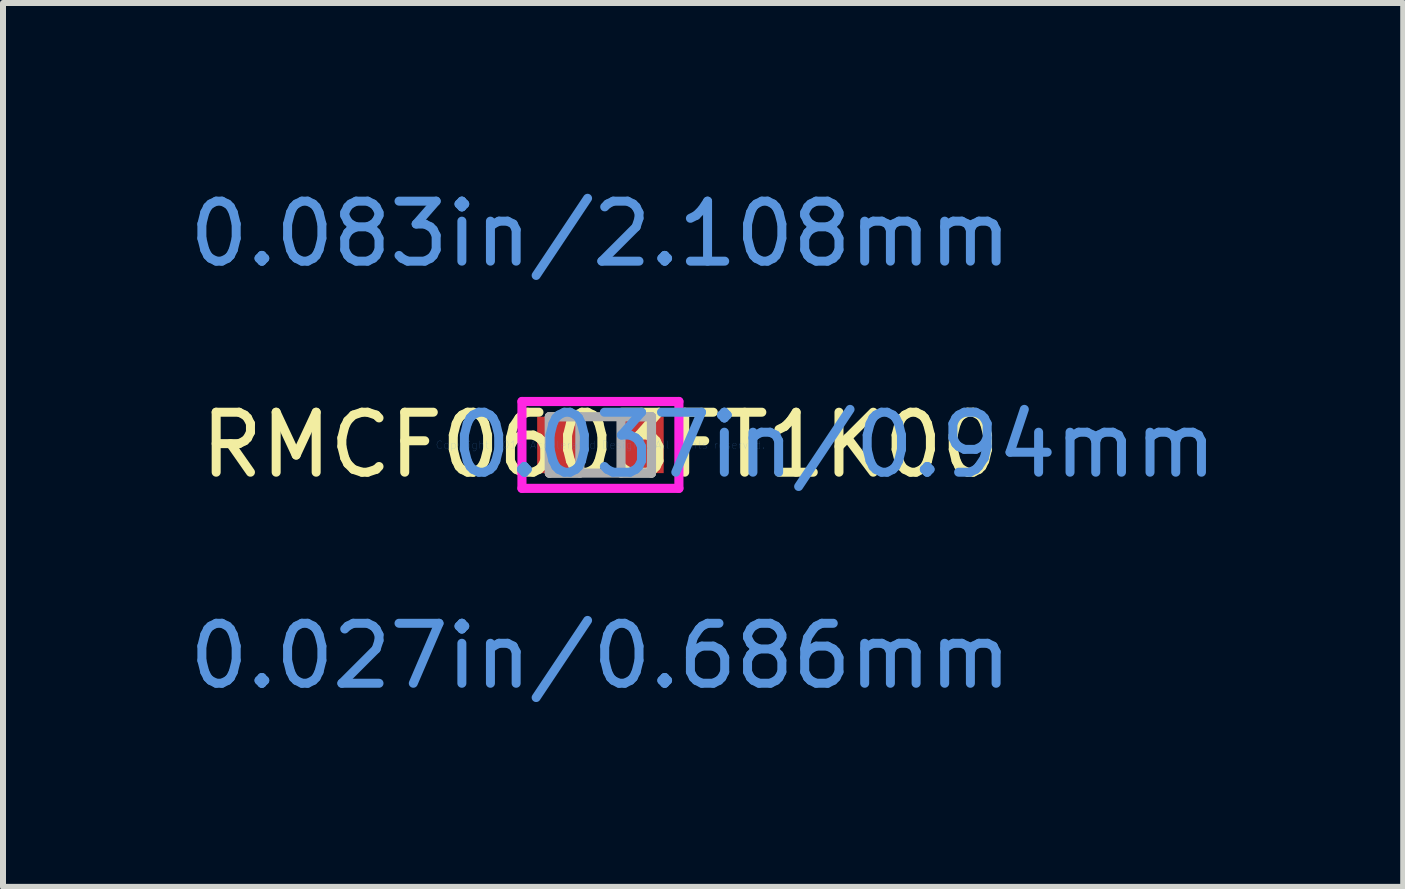
<source format=kicad_pcb>
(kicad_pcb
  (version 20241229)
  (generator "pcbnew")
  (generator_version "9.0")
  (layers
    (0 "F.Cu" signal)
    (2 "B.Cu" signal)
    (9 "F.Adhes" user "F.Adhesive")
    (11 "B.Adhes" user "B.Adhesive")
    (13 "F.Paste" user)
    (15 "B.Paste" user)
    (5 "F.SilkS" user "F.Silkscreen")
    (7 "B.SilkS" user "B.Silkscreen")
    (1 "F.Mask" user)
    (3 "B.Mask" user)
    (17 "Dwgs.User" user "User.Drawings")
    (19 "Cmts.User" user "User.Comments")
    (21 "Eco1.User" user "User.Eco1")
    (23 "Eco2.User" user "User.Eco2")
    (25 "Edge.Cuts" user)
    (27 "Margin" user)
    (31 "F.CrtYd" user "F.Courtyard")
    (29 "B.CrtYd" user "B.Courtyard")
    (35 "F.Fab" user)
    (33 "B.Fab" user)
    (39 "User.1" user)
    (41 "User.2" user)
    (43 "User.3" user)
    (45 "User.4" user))
  (footprint "RMCF0603FT1K00"
    (layer "F.Cu")
    (at 6.958 4.366)
    (property "Reference" "RMCF0603FT1K00" (at 0 0 0) (layer "F.SilkS") (effects (font (size 1 1) (thickness 0.15))))
    (attr through_hole)
    (fp_line (start -1.308 -0.724) (end 1.308 -0.724) (stroke (width 0.152) (type solid)) (layer "F.CrtYd"))
    (fp_line (start -1.308 0.724) (end -1.308 -0.724) (stroke (width 0.152) (type solid)) (layer "F.CrtYd"))
    (fp_line (start 1.308 -0.724) (end 1.308 0.724) (stroke (width 0.152) (type solid)) (layer "F.CrtYd"))
    (fp_line (start 1.308 0.724) (end -1.308 0.724) (stroke (width 0.152) (type solid)) (layer "F.CrtYd"))
    (fp_line (start -0.851 -0.47) (end -0.851 0.47) (stroke (width 0.152) (type solid)) (layer "F.Fab"))
    (fp_line (start -0.851 -0.47) (end -0.851 0.47) (stroke (width 0.152) (type solid)) (layer "F.Fab"))
    (fp_line (start -0.851 0.47) (end -0.343 0.47) (stroke (width 0.152) (type solid)) (layer "F.Fab"))
    (fp_line (start -0.851 0.47) (end 0.851 0.47) (stroke (width 0.152) (type solid)) (layer "F.Fab"))
    (fp_line (start -0.343 -0.47) (end -0.851 -0.47) (stroke (width 0.152) (type solid)) (layer "F.Fab"))
    (fp_line (start -0.343 0.47) (end -0.343 -0.47) (stroke (width 0.152) (type solid)) (layer "F.Fab"))
    (fp_line (start 0.343 -0.47) (end 0.343 0.47) (stroke (width 0.152) (type solid)) (layer "F.Fab"))
    (fp_line (start 0.343 0.47) (end 0.851 0.47) (stroke (width 0.152) (type solid)) (layer "F.Fab"))
    (fp_line (start 0.851 -0.47) (end -0.851 -0.47) (stroke (width 0.152) (type solid)) (layer "F.Fab"))
    (fp_line (start 0.851 -0.47) (end 0.343 -0.47) (stroke (width 0.152) (type solid)) (layer "F.Fab"))
    (fp_line (start 0.851 0.47) (end 0.851 -0.47) (stroke (width 0.152) (type solid)) (layer "F.Fab"))
    (fp_line (start 0.851 0.47) (end 0.851 -0.47) (stroke (width 0.152) (type solid)) (layer "F.Fab"))
    (fp_text user "0.027in/0.686mm" (at 0 3.518 0) (layer "Cmts.User") (effects (font (size 1 1) (thickness 0.15))))
    (fp_text user "0.083in/2.108mm" (at 0 -3.518 0) (layer "Cmts.User") (effects (font (size 1 1) (thickness 0.15))))
    (fp_text user "Copyright 2016 Accelerated Designs. All rights reserved." (at 0 0 0) (layer "Cmts.User") (effects (font (size 0.127 0.127) (thickness 0.002))))
    (fp_text user "0.037in/0.94mm" (at 3.899 0 0) (layer "Cmts.User") (effects (font (size 1 1) (thickness 0.15))))
    (pad "1" smd rect (at -0.699 0) (size 0.711 0.94) (layers "F.Cu" "F.Mask" "F.Paste"))
    (pad "2" smd rect (at 0.699 0) (size 0.711 0.94) (layers "F.Cu" "F.Mask" "F.Paste")))
  (gr_rect
    (start -3 -3)
    (end 20.339 11.732)
    (stroke (width 0.1) (type default))
    (fill no)
    (layer "Edge.Cuts")))
</source>
